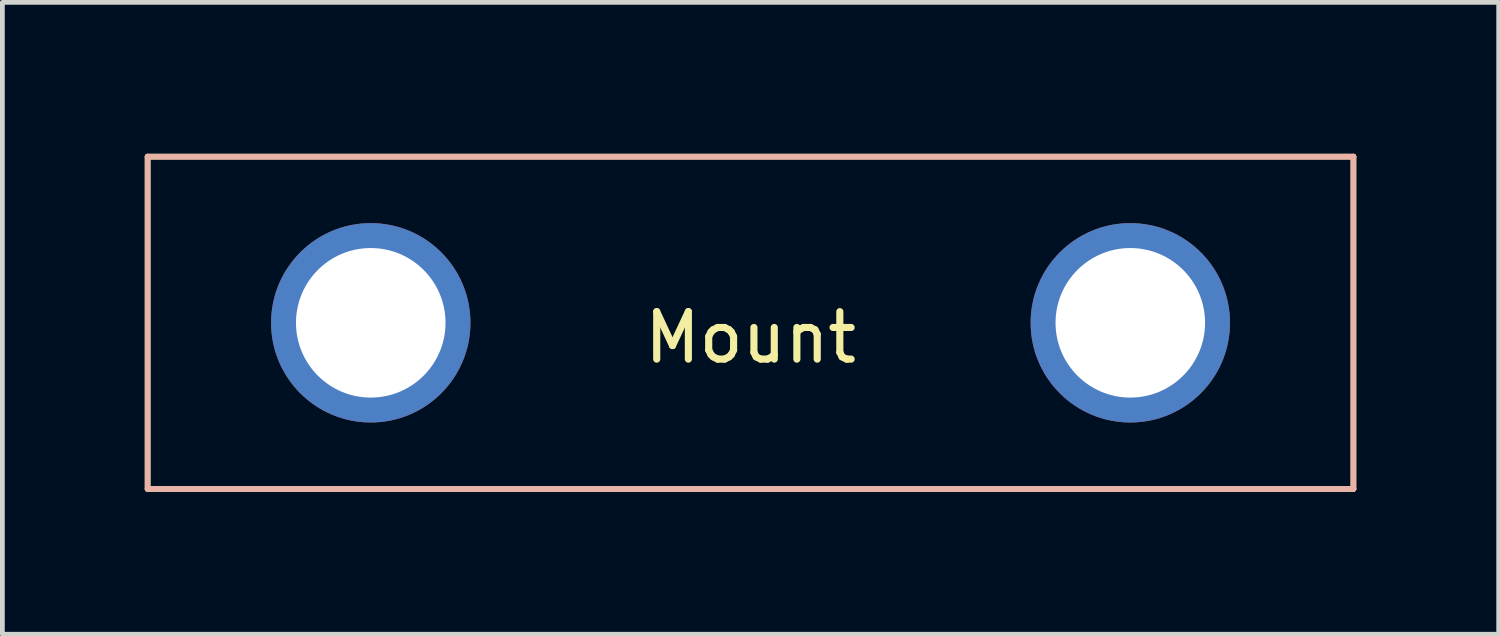
<source format=kicad_pcb>
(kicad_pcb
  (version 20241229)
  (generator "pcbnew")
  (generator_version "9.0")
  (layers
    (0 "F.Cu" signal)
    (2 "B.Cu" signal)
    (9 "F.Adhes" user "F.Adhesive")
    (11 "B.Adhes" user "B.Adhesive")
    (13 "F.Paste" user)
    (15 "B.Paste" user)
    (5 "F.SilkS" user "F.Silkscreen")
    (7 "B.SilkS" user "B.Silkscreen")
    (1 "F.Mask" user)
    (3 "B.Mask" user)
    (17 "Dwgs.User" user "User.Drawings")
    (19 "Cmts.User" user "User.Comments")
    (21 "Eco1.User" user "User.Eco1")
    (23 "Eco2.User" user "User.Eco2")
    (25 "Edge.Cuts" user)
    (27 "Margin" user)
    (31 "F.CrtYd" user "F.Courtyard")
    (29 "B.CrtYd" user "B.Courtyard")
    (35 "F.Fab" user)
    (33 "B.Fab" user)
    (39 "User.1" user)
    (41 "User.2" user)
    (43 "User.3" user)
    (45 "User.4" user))
  (footprint "Mount"
    (layer "F.Cu")
    (at 12.76 0.25)
    (property "Reference" "Mount" (at 0 3.81 0) (layer "F.SilkS") (effects (font (size 1 1) (thickness 0.15))))
    (attr through_hole)
    (fp_line (start -12.7 0) (end -12.7 7) (stroke (width 0.12) (type solid)) (layer "F.SilkS"))
    (fp_line (start -12.7 0) (end 12.7 0) (stroke (width 0.12) (type solid)) (layer "F.SilkS"))
    (fp_line (start 12.7 0) (end 12.7 7) (stroke (width 0.12) (type solid)) (layer "F.SilkS"))
    (fp_line (start 12.7 7) (end -12.7 7) (stroke (width 0.12) (type solid)) (layer "F.SilkS"))
    (fp_line (start -12.7 0) (end -12.7 7) (stroke (width 0.12) (type solid)) (layer "B.SilkS"))
    (fp_line (start -12.7 0) (end 12.7 0) (stroke (width 0.12) (type solid)) (layer "B.SilkS"))
    (fp_line (start 12.7 0) (end 12.7 7) (stroke (width 0.12) (type solid)) (layer "B.SilkS"))
    (fp_line (start 12.7 7) (end -12.7 7) (stroke (width 0.12) (type solid)) (layer "B.SilkS"))
    (pad "" np_thru_hole circle (at -8 3.5) (size 4.2 4.2) (drill 3.15) (layers "*.Cu" "*.Mask"))
    (pad "" np_thru_hole circle (at 8 3.5) (size 4.2 4.2) (drill 3.15) (layers "*.Cu" "*.Mask")))
  (gr_rect
    (start -3 -3)
    (end 28.52 10.31)
    (stroke (width 0.1) (type default))
    (fill no)
    (layer "Edge.Cuts")))
</source>
